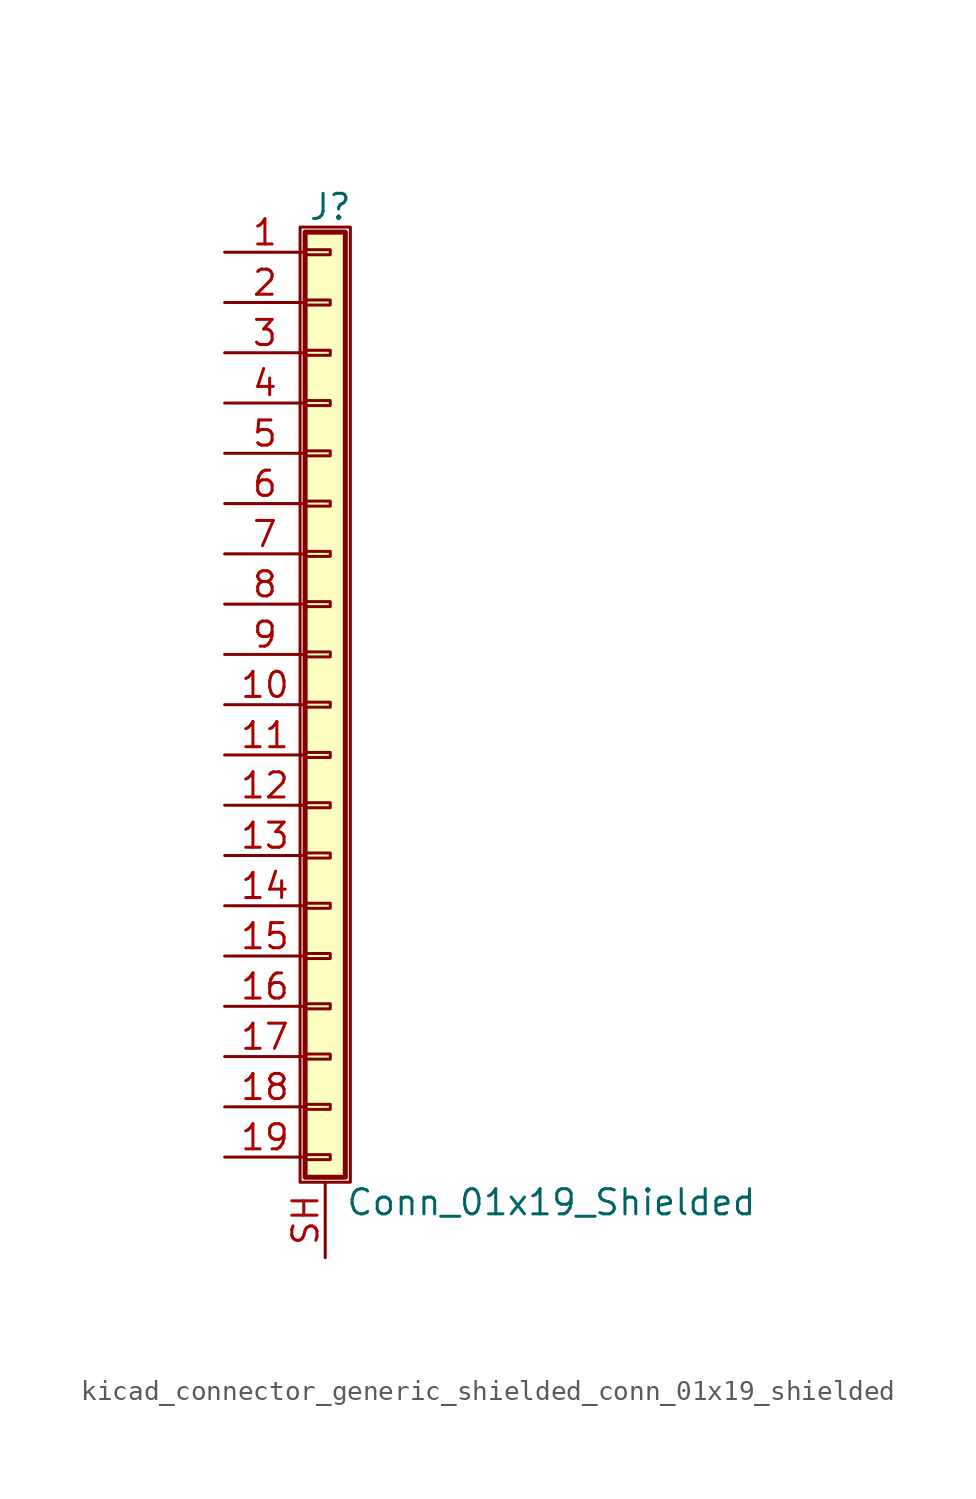
<source format=kicad_sym>
(kicad_symbol_lib
  (version 20220914)
  (generator kicad_symbol_editor)
  (symbol "kicad_connector_generic_shielded_conn_01x19_shielded"
    (pin_names
      (offset 1.016) hide)
    (property "Reference" "J"
      (at 0.254 25.146 0)
      (effects (font (size 1.27 1.27))))
    (property "Value" "Conn_01x19_Shielded"
      (at 1.016 -25.146 0)
      (effects (font (size 1.27 1.27)) (justify left)))
    (symbol "kicad_connector_generic_shielded_conn_01x19_shielded_1_1"
      (rectangle (start -1.27 24.13) (end 1.27 -24.13) (stroke (width 0.152) (type default)) (fill (type none)))
      (rectangle (start -1.016 -22.733) (end 0.254 -22.987) (stroke (width 0.152) (type default)) (fill (type none)))
      (rectangle (start -1.016 -20.193) (end 0.254 -20.447) (stroke (width 0.152) (type default)) (fill (type none)))
      (rectangle (start -1.016 -17.653) (end 0.254 -17.907) (stroke (width 0.152) (type default)) (fill (type none)))
      (rectangle (start -1.016 -15.113) (end 0.254 -15.367) (stroke (width 0.152) (type default)) (fill (type none)))
      (rectangle (start -1.016 -12.573) (end 0.254 -12.827) (stroke (width 0.152) (type default)) (fill (type none)))
      (rectangle (start -1.016 -10.033) (end 0.254 -10.287) (stroke (width 0.152) (type default)) (fill (type none)))
      (rectangle (start -1.016 -7.493) (end 0.254 -7.747) (stroke (width 0.152) (type default)) (fill (type none)))
      (rectangle (start -1.016 -4.953) (end 0.254 -5.207) (stroke (width 0.152) (type default)) (fill (type none)))
      (rectangle (start -1.016 -2.413) (end 0.254 -2.667) (stroke (width 0.152) (type default)) (fill (type none)))
      (rectangle (start -1.016 0.127) (end 0.254 -0.127) (stroke (width 0.152) (type default)) (fill (type none)))
      (rectangle (start -1.016 2.667) (end 0.254 2.413) (stroke (width 0.152) (type default)) (fill (type none)))
      (rectangle (start -1.016 5.207) (end 0.254 4.953) (stroke (width 0.152) (type default)) (fill (type none)))
      (rectangle (start -1.016 7.747) (end 0.254 7.493) (stroke (width 0.152) (type default)) (fill (type none)))
      (rectangle (start -1.016 10.287) (end 0.254 10.033) (stroke (width 0.152) (type default)) (fill (type none)))
      (rectangle (start -1.016 12.827) (end 0.254 12.573) (stroke (width 0.152) (type default)) (fill (type none)))
      (rectangle (start -1.016 15.367) (end 0.254 15.113) (stroke (width 0.152) (type default)) (fill (type none)))
      (rectangle (start -1.016 17.907) (end 0.254 17.653) (stroke (width 0.152) (type default)) (fill (type none)))
      (rectangle (start -1.016 20.447) (end 0.254 20.193) (stroke (width 0.152) (type default)) (fill (type none)))
      (rectangle (start -1.016 22.987) (end 0.254 22.733) (stroke (width 0.152) (type default)) (fill (type none)))
      (rectangle (start -1.016 23.876) (end 1.016 -23.876) (stroke (width 0.254) (type default)) (fill (type background)))
      (pin passive line (at -5.08 22.86 0) (length 4.064) (name "Pin_1" (effects (font (size 1.27 1.27)))) (number "1" (effects (font (size 1.27 1.27)))))
      (pin passive line (at -5.08 0 0) (length 4.064) (name "Pin_10" (effects (font (size 1.27 1.27)))) (number "10" (effects (font (size 1.27 1.27)))))
      (pin passive line (at -5.08 -2.54 0) (length 4.064) (name "Pin_11" (effects (font (size 1.27 1.27)))) (number "11" (effects (font (size 1.27 1.27)))))
      (pin passive line (at -5.08 -5.08 0) (length 4.064) (name "Pin_12" (effects (font (size 1.27 1.27)))) (number "12" (effects (font (size 1.27 1.27)))))
      (pin passive line (at -5.08 -7.62 0) (length 4.064) (name "Pin_13" (effects (font (size 1.27 1.27)))) (number "13" (effects (font (size 1.27 1.27)))))
      (pin passive line (at -5.08 -10.16 0) (length 4.064) (name "Pin_14" (effects (font (size 1.27 1.27)))) (number "14" (effects (font (size 1.27 1.27)))))
      (pin passive line (at -5.08 -12.7 0) (length 4.064) (name "Pin_15" (effects (font (size 1.27 1.27)))) (number "15" (effects (font (size 1.27 1.27)))))
      (pin passive line (at -5.08 -15.24 0) (length 4.064) (name "Pin_16" (effects (font (size 1.27 1.27)))) (number "16" (effects (font (size 1.27 1.27)))))
      (pin passive line (at -5.08 -17.78 0) (length 4.064) (name "Pin_17" (effects (font (size 1.27 1.27)))) (number "17" (effects (font (size 1.27 1.27)))))
      (pin passive line (at -5.08 -20.32 0) (length 4.064) (name "Pin_18" (effects (font (size 1.27 1.27)))) (number "18" (effects (font (size 1.27 1.27)))))
      (pin passive line (at -5.08 -22.86 0) (length 4.064) (name "Pin_19" (effects (font (size 1.27 1.27)))) (number "19" (effects (font (size 1.27 1.27)))))
      (pin passive line (at -5.08 20.32 0) (length 4.064) (name "Pin_2" (effects (font (size 1.27 1.27)))) (number "2" (effects (font (size 1.27 1.27)))))
      (pin passive line (at -5.08 17.78 0) (length 4.064) (name "Pin_3" (effects (font (size 1.27 1.27)))) (number "3" (effects (font (size 1.27 1.27)))))
      (pin passive line (at -5.08 15.24 0) (length 4.064) (name "Pin_4" (effects (font (size 1.27 1.27)))) (number "4" (effects (font (size 1.27 1.27)))))
      (pin passive line (at -5.08 12.7 0) (length 4.064) (name "Pin_5" (effects (font (size 1.27 1.27)))) (number "5" (effects (font (size 1.27 1.27)))))
      (pin passive line (at -5.08 10.16 0) (length 4.064) (name "Pin_6" (effects (font (size 1.27 1.27)))) (number "6" (effects (font (size 1.27 1.27)))))
      (pin passive line (at -5.08 7.62 0) (length 4.064) (name "Pin_7" (effects (font (size 1.27 1.27)))) (number "7" (effects (font (size 1.27 1.27)))))
      (pin passive line (at -5.08 5.08 0) (length 4.064) (name "Pin_8" (effects (font (size 1.27 1.27)))) (number "8" (effects (font (size 1.27 1.27)))))
      (pin passive line (at -5.08 2.54 0) (length 4.064) (name "Pin_9" (effects (font (size 1.27 1.27)))) (number "9" (effects (font (size 1.27 1.27)))))
      (pin passive line (at 0 -27.94 90) (length 3.81) (name "Shield" (effects (font (size 1.27 1.27)))) (number "SH" (effects (font (size 1.27 1.27))))))))
</source>
